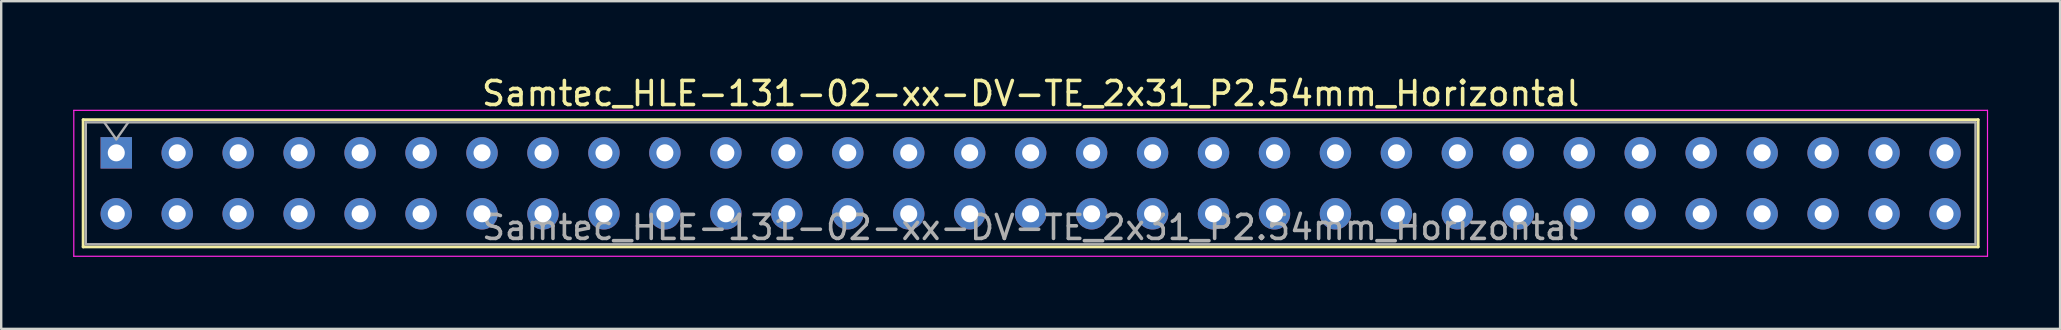
<source format=kicad_pcb>
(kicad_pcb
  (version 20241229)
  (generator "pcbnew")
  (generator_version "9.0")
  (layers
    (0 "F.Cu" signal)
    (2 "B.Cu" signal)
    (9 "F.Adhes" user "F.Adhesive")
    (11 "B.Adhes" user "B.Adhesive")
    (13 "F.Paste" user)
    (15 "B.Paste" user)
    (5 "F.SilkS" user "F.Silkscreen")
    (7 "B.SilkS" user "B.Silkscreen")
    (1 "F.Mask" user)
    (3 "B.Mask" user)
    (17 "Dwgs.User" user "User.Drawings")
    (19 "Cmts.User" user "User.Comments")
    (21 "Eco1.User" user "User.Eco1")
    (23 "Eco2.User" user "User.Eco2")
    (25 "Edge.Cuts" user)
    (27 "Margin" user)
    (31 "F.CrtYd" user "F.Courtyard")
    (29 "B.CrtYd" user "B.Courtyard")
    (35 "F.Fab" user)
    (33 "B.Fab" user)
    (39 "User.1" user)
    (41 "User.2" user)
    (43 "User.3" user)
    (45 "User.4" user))
  (footprint "Samtec_HLE-131-02-xx-DV-TE_2x31_P2.54mm_Horizontal"
    (layer "F.Cu")
    (at 1.795 3.318)
    (property "Reference" "Samtec_HLE-131-02-xx-DV-TE_2x31_P2.54mm_Horizontal" (at 38.1 -2.47 0) (layer "F.SilkS") (effects (font (size 1 1) (thickness 0.15))))
    (attr through_hole)
    (fp_line (start -1.38 -1.38) (end 77.58 -1.38) (stroke (width 0.12) (type solid)) (layer "F.SilkS"))
    (fp_line (start -1.38 3.92) (end -1.38 -1.38) (stroke (width 0.12) (type solid)) (layer "F.SilkS"))
    (fp_line (start 77.58 -1.38) (end 77.58 3.92) (stroke (width 0.12) (type solid)) (layer "F.SilkS"))
    (fp_line (start 77.58 3.92) (end -1.38 3.92) (stroke (width 0.12) (type solid)) (layer "F.SilkS"))
    (fp_line (start -1.77 -1.77) (end 77.97 -1.77) (stroke (width 0.05) (type solid)) (layer "F.CrtYd"))
    (fp_line (start -1.77 4.31) (end -1.77 -1.77) (stroke (width 0.05) (type solid)) (layer "F.CrtYd"))
    (fp_line (start 77.97 -1.77) (end 77.97 4.31) (stroke (width 0.05) (type solid)) (layer "F.CrtYd"))
    (fp_line (start 77.97 4.31) (end -1.77 4.31) (stroke (width 0.05) (type solid)) (layer "F.CrtYd"))
    (fp_line (start -1.27 -1.27) (end 77.47 -1.27) (stroke (width 0.1) (type solid)) (layer "F.Fab"))
    (fp_line (start -1.27 3.81) (end -1.27 -1.27) (stroke (width 0.1) (type solid)) (layer "F.Fab"))
    (fp_line (start -0.5 -1.27) (end 0 -0.563) (stroke (width 0.1) (type solid)) (layer "F.Fab"))
    (fp_line (start 0 -0.563) (end 0.5 -1.27) (stroke (width 0.1) (type solid)) (layer "F.Fab"))
    (fp_line (start 77.47 -1.27) (end 77.47 3.81) (stroke (width 0.1) (type solid)) (layer "F.Fab"))
    (fp_line (start 77.47 3.81) (end -1.27 3.81) (stroke (width 0.1) (type solid)) (layer "F.Fab"))
    (fp_text user "${REFERENCE}" (at 38.1 3.11 0) (layer "F.Fab") (effects (font (size 1 1) (thickness 0.15))))
    (pad "1" thru_hole rect (at 0 0) (size 1.31 1.31) (drill 0.71) (layers "*.Cu" "*.Mask"))
    (pad "2" thru_hole circle (at 0 2.54) (size 1.31 1.31) (drill 0.71) (layers "*.Cu" "*.Mask"))
    (pad "3" thru_hole circle (at 2.54 0) (size 1.31 1.31) (drill 0.71) (layers "*.Cu" "*.Mask"))
    (pad "4" thru_hole circle (at 2.54 2.54) (size 1.31 1.31) (drill 0.71) (layers "*.Cu" "*.Mask"))
    (pad "5" thru_hole circle (at 5.08 0) (size 1.31 1.31) (drill 0.71) (layers "*.Cu" "*.Mask"))
    (pad "6" thru_hole circle (at 5.08 2.54) (size 1.31 1.31) (drill 0.71) (layers "*.Cu" "*.Mask"))
    (pad "7" thru_hole circle (at 7.62 0) (size 1.31 1.31) (drill 0.71) (layers "*.Cu" "*.Mask"))
    (pad "8" thru_hole circle (at 7.62 2.54) (size 1.31 1.31) (drill 0.71) (layers "*.Cu" "*.Mask"))
    (pad "9" thru_hole circle (at 10.16 0) (size 1.31 1.31) (drill 0.71) (layers "*.Cu" "*.Mask"))
    (pad "10" thru_hole circle (at 10.16 2.54) (size 1.31 1.31) (drill 0.71) (layers "*.Cu" "*.Mask"))
    (pad "11" thru_hole circle (at 12.7 0) (size 1.31 1.31) (drill 0.71) (layers "*.Cu" "*.Mask"))
    (pad "12" thru_hole circle (at 12.7 2.54) (size 1.31 1.31) (drill 0.71) (layers "*.Cu" "*.Mask"))
    (pad "13" thru_hole circle (at 15.24 0) (size 1.31 1.31) (drill 0.71) (layers "*.Cu" "*.Mask"))
    (pad "14" thru_hole circle (at 15.24 2.54) (size 1.31 1.31) (drill 0.71) (layers "*.Cu" "*.Mask"))
    (pad "15" thru_hole circle (at 17.78 0) (size 1.31 1.31) (drill 0.71) (layers "*.Cu" "*.Mask"))
    (pad "16" thru_hole circle (at 17.78 2.54) (size 1.31 1.31) (drill 0.71) (layers "*.Cu" "*.Mask"))
    (pad "17" thru_hole circle (at 20.32 0) (size 1.31 1.31) (drill 0.71) (layers "*.Cu" "*.Mask"))
    (pad "18" thru_hole circle (at 20.32 2.54) (size 1.31 1.31) (drill 0.71) (layers "*.Cu" "*.Mask"))
    (pad "19" thru_hole circle (at 22.86 0) (size 1.31 1.31) (drill 0.71) (layers "*.Cu" "*.Mask"))
    (pad "20" thru_hole circle (at 22.86 2.54) (size 1.31 1.31) (drill 0.71) (layers "*.Cu" "*.Mask"))
    (pad "21" thru_hole circle (at 25.4 0) (size 1.31 1.31) (drill 0.71) (layers "*.Cu" "*.Mask"))
    (pad "22" thru_hole circle (at 25.4 2.54) (size 1.31 1.31) (drill 0.71) (layers "*.Cu" "*.Mask"))
    (pad "23" thru_hole circle (at 27.94 0) (size 1.31 1.31) (drill 0.71) (layers "*.Cu" "*.Mask"))
    (pad "24" thru_hole circle (at 27.94 2.54) (size 1.31 1.31) (drill 0.71) (layers "*.Cu" "*.Mask"))
    (pad "25" thru_hole circle (at 30.48 0) (size 1.31 1.31) (drill 0.71) (layers "*.Cu" "*.Mask"))
    (pad "26" thru_hole circle (at 30.48 2.54) (size 1.31 1.31) (drill 0.71) (layers "*.Cu" "*.Mask"))
    (pad "27" thru_hole circle (at 33.02 0) (size 1.31 1.31) (drill 0.71) (layers "*.Cu" "*.Mask"))
    (pad "28" thru_hole circle (at 33.02 2.54) (size 1.31 1.31) (drill 0.71) (layers "*.Cu" "*.Mask"))
    (pad "29" thru_hole circle (at 35.56 0) (size 1.31 1.31) (drill 0.71) (layers "*.Cu" "*.Mask"))
    (pad "30" thru_hole circle (at 35.56 2.54) (size 1.31 1.31) (drill 0.71) (layers "*.Cu" "*.Mask"))
    (pad "31" thru_hole circle (at 38.1 0) (size 1.31 1.31) (drill 0.71) (layers "*.Cu" "*.Mask"))
    (pad "32" thru_hole circle (at 38.1 2.54) (size 1.31 1.31) (drill 0.71) (layers "*.Cu" "*.Mask"))
    (pad "33" thru_hole circle (at 40.64 0) (size 1.31 1.31) (drill 0.71) (layers "*.Cu" "*.Mask"))
    (pad "34" thru_hole circle (at 40.64 2.54) (size 1.31 1.31) (drill 0.71) (layers "*.Cu" "*.Mask"))
    (pad "35" thru_hole circle (at 43.18 0) (size 1.31 1.31) (drill 0.71) (layers "*.Cu" "*.Mask"))
    (pad "36" thru_hole circle (at 43.18 2.54) (size 1.31 1.31) (drill 0.71) (layers "*.Cu" "*.Mask"))
    (pad "37" thru_hole circle (at 45.72 0) (size 1.31 1.31) (drill 0.71) (layers "*.Cu" "*.Mask"))
    (pad "38" thru_hole circle (at 45.72 2.54) (size 1.31 1.31) (drill 0.71) (layers "*.Cu" "*.Mask"))
    (pad "39" thru_hole circle (at 48.26 0) (size 1.31 1.31) (drill 0.71) (layers "*.Cu" "*.Mask"))
    (pad "40" thru_hole circle (at 48.26 2.54) (size 1.31 1.31) (drill 0.71) (layers "*.Cu" "*.Mask"))
    (pad "41" thru_hole circle (at 50.8 0) (size 1.31 1.31) (drill 0.71) (layers "*.Cu" "*.Mask"))
    (pad "42" thru_hole circle (at 50.8 2.54) (size 1.31 1.31) (drill 0.71) (layers "*.Cu" "*.Mask"))
    (pad "43" thru_hole circle (at 53.34 0) (size 1.31 1.31) (drill 0.71) (layers "*.Cu" "*.Mask"))
    (pad "44" thru_hole circle (at 53.34 2.54) (size 1.31 1.31) (drill 0.71) (layers "*.Cu" "*.Mask"))
    (pad "45" thru_hole circle (at 55.88 0) (size 1.31 1.31) (drill 0.71) (layers "*.Cu" "*.Mask"))
    (pad "46" thru_hole circle (at 55.88 2.54) (size 1.31 1.31) (drill 0.71) (layers "*.Cu" "*.Mask"))
    (pad "47" thru_hole circle (at 58.42 0) (size 1.31 1.31) (drill 0.71) (layers "*.Cu" "*.Mask"))
    (pad "48" thru_hole circle (at 58.42 2.54) (size 1.31 1.31) (drill 0.71) (layers "*.Cu" "*.Mask"))
    (pad "49" thru_hole circle (at 60.96 0) (size 1.31 1.31) (drill 0.71) (layers "*.Cu" "*.Mask"))
    (pad "50" thru_hole circle (at 60.96 2.54) (size 1.31 1.31) (drill 0.71) (layers "*.Cu" "*.Mask"))
    (pad "51" thru_hole circle (at 63.5 0) (size 1.31 1.31) (drill 0.71) (layers "*.Cu" "*.Mask"))
    (pad "52" thru_hole circle (at 63.5 2.54) (size 1.31 1.31) (drill 0.71) (layers "*.Cu" "*.Mask"))
    (pad "53" thru_hole circle (at 66.04 0) (size 1.31 1.31) (drill 0.71) (layers "*.Cu" "*.Mask"))
    (pad "54" thru_hole circle (at 66.04 2.54) (size 1.31 1.31) (drill 0.71) (layers "*.Cu" "*.Mask"))
    (pad "55" thru_hole circle (at 68.58 0) (size 1.31 1.31) (drill 0.71) (layers "*.Cu" "*.Mask"))
    (pad "56" thru_hole circle (at 68.58 2.54) (size 1.31 1.31) (drill 0.71) (layers "*.Cu" "*.Mask"))
    (pad "57" thru_hole circle (at 71.12 0) (size 1.31 1.31) (drill 0.71) (layers "*.Cu" "*.Mask"))
    (pad "58" thru_hole circle (at 71.12 2.54) (size 1.31 1.31) (drill 0.71) (layers "*.Cu" "*.Mask"))
    (pad "59" thru_hole circle (at 73.66 0) (size 1.31 1.31) (drill 0.71) (layers "*.Cu" "*.Mask"))
    (pad "60" thru_hole circle (at 73.66 2.54) (size 1.31 1.31) (drill 0.71) (layers "*.Cu" "*.Mask"))
    (pad "61" thru_hole circle (at 76.2 0) (size 1.31 1.31) (drill 0.71) (layers "*.Cu" "*.Mask"))
    (pad "62" thru_hole circle (at 76.2 2.54) (size 1.31 1.31) (drill 0.71) (layers "*.Cu" "*.Mask")))
  (gr_rect
    (start -3 -3)
    (end 82.79 10.653)
    (stroke (width 0.1) (type default))
    (fill no)
    (layer "Edge.Cuts")))
</source>
